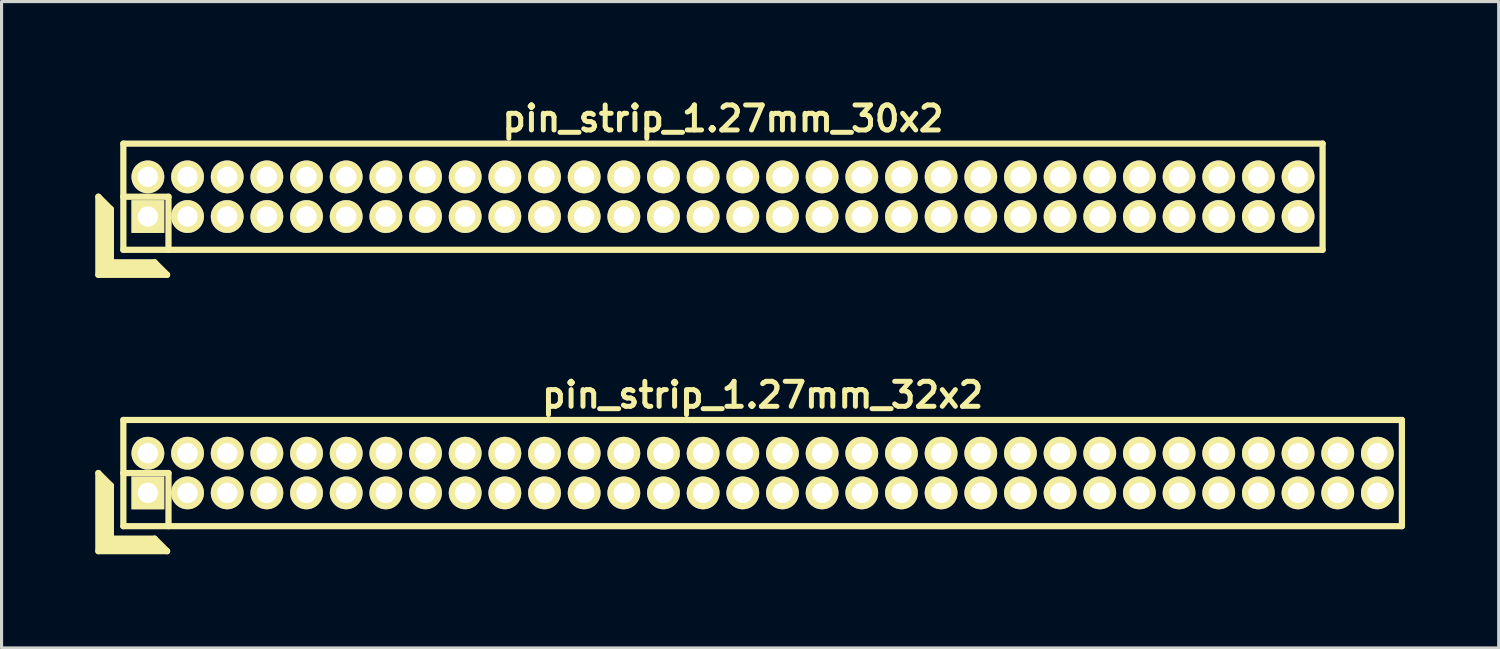
<source format=kicad_pcb>
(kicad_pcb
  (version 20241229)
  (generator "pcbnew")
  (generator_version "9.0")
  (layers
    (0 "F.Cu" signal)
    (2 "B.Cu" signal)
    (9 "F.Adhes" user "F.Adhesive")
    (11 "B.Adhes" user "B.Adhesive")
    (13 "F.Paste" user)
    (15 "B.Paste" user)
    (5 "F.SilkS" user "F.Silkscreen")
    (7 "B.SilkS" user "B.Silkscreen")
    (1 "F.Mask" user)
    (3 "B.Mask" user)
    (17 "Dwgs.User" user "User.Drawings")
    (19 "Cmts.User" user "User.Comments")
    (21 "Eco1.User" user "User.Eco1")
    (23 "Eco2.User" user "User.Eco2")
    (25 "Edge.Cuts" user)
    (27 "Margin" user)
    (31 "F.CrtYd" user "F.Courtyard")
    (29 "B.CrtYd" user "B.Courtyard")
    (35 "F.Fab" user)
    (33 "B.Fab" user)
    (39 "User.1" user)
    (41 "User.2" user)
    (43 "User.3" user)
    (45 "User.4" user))
  (footprint "pin_strip_1.27mm_30x2"
    (layer "F.Cu")
    (at 20.1 3.249)
    (property "Reference" "pin_strip_1.27mm_30x2" (at 0 -2.5 0) (layer "F.SilkS") (effects (font (size 0.8 0.8) (thickness 0.16))))
    (attr through_hole)
    (fp_line (start -20 0) (end -20 2.5) (stroke (width 0.2) (type solid)) (layer "F.SilkS"))
    (fp_line (start -20 0) (end -19.6 0.4) (stroke (width 0.2) (type solid)) (layer "F.SilkS"))
    (fp_line (start -20 2.5) (end -17.8 2.5) (stroke (width 0.2) (type solid)) (layer "F.SilkS"))
    (fp_line (start -19.9 2.4) (end -19.9 0.2) (stroke (width 0.2) (type solid)) (layer "F.SilkS"))
    (fp_line (start -19.9 2.4) (end -18 2.4) (stroke (width 0.2) (type solid)) (layer "F.SilkS"))
    (fp_line (start -19.8 2.3) (end -19.8 0.3) (stroke (width 0.2) (type solid)) (layer "F.SilkS"))
    (fp_line (start -19.8 2.3) (end -18.1 2.3) (stroke (width 0.2) (type solid)) (layer "F.SilkS"))
    (fp_line (start -19.7 2.2) (end -19.7 0.4) (stroke (width 0.2) (type solid)) (layer "F.SilkS"))
    (fp_line (start -19.7 2.2) (end -18.2 2.2) (stroke (width 0.2) (type solid)) (layer "F.SilkS"))
    (fp_line (start -19.6 2.1) (end -19.6 0.4) (stroke (width 0.2) (type solid)) (layer "F.SilkS"))
    (fp_line (start -19.6 2.1) (end -18.2 2.1) (stroke (width 0.2) (type solid)) (layer "F.SilkS"))
    (fp_line (start -19.205 0) (end -17.755 0) (stroke (width 0.2) (type solid)) (layer "F.SilkS"))
    (fp_line (start -19.2 -1.7) (end 19.2 -1.7) (stroke (width 0.2) (type solid)) (layer "F.SilkS"))
    (fp_line (start -19.2 1.7) (end -19.2 -1.7) (stroke (width 0.2) (type solid)) (layer "F.SilkS"))
    (fp_line (start -18.2 2.1) (end -17.8 2.5) (stroke (width 0.2) (type solid)) (layer "F.SilkS"))
    (fp_line (start -17.755 0) (end -17.755 1.7) (stroke (width 0.2) (type solid)) (layer "F.SilkS"))
    (fp_line (start 19.2 -1.7) (end 19.2 1.7) (stroke (width 0.2) (type solid)) (layer "F.SilkS"))
    (fp_line (start 19.2 1.7) (end -19.2 1.7) (stroke (width 0.2) (type solid)) (layer "F.SilkS"))
    (pad "1" thru_hole rect (at -18.415 0.635) (size 1.05 1.05) (drill 0.65) (layers "*.Cu" "*.Mask" "F.SilkS"))
    (pad "2" thru_hole oval (at -18.415 -0.635) (size 1.05 1.05) (drill 0.65) (layers "*.Cu" "*.Mask" "F.SilkS"))
    (pad "3" thru_hole oval (at -17.145 0.635) (size 1.05 1.05) (drill 0.65) (layers "*.Cu" "*.Mask" "F.SilkS"))
    (pad "4" thru_hole oval (at -17.145 -0.635) (size 1.05 1.05) (drill 0.65) (layers "*.Cu" "*.Mask" "F.SilkS"))
    (pad "5" thru_hole oval (at -15.875 0.635) (size 1.05 1.05) (drill 0.65) (layers "*.Cu" "*.Mask" "F.SilkS"))
    (pad "6" thru_hole oval (at -15.875 -0.635) (size 1.05 1.05) (drill 0.65) (layers "*.Cu" "*.Mask" "F.SilkS"))
    (pad "7" thru_hole oval (at -14.605 0.635) (size 1.05 1.05) (drill 0.65) (layers "*.Cu" "*.Mask" "F.SilkS"))
    (pad "8" thru_hole oval (at -14.605 -0.635) (size 1.05 1.05) (drill 0.65) (layers "*.Cu" "*.Mask" "F.SilkS"))
    (pad "9" thru_hole oval (at -13.335 0.635) (size 1.05 1.05) (drill 0.65) (layers "*.Cu" "*.Mask" "F.SilkS"))
    (pad "10" thru_hole oval (at -13.335 -0.635) (size 1.05 1.05) (drill 0.65) (layers "*.Cu" "*.Mask" "F.SilkS"))
    (pad "11" thru_hole oval (at -12.065 0.635) (size 1.05 1.05) (drill 0.65) (layers "*.Cu" "*.Mask" "F.SilkS"))
    (pad "12" thru_hole oval (at -12.065 -0.635) (size 1.05 1.05) (drill 0.65) (layers "*.Cu" "*.Mask" "F.SilkS"))
    (pad "13" thru_hole oval (at -10.795 0.635) (size 1.05 1.05) (drill 0.65) (layers "*.Cu" "*.Mask" "F.SilkS"))
    (pad "14" thru_hole oval (at -10.795 -0.635) (size 1.05 1.05) (drill 0.65) (layers "*.Cu" "*.Mask" "F.SilkS"))
    (pad "15" thru_hole oval (at -9.525 0.635) (size 1.05 1.05) (drill 0.65) (layers "*.Cu" "*.Mask" "F.SilkS"))
    (pad "16" thru_hole oval (at -9.525 -0.635) (size 1.05 1.05) (drill 0.65) (layers "*.Cu" "*.Mask" "F.SilkS"))
    (pad "17" thru_hole oval (at -8.255 0.635) (size 1.05 1.05) (drill 0.65) (layers "*.Cu" "*.Mask" "F.SilkS"))
    (pad "18" thru_hole oval (at -8.255 -0.635) (size 1.05 1.05) (drill 0.65) (layers "*.Cu" "*.Mask" "F.SilkS"))
    (pad "19" thru_hole oval (at -6.985 0.635) (size 1.05 1.05) (drill 0.65) (layers "*.Cu" "*.Mask" "F.SilkS"))
    (pad "20" thru_hole oval (at -6.985 -0.635) (size 1.05 1.05) (drill 0.65) (layers "*.Cu" "*.Mask" "F.SilkS"))
    (pad "21" thru_hole oval (at -5.715 0.635) (size 1.05 1.05) (drill 0.65) (layers "*.Cu" "*.Mask" "F.SilkS"))
    (pad "22" thru_hole oval (at -5.715 -0.635) (size 1.05 1.05) (drill 0.65) (layers "*.Cu" "*.Mask" "F.SilkS"))
    (pad "23" thru_hole oval (at -4.445 0.635) (size 1.05 1.05) (drill 0.65) (layers "*.Cu" "*.Mask" "F.SilkS"))
    (pad "24" thru_hole oval (at -4.445 -0.635) (size 1.05 1.05) (drill 0.65) (layers "*.Cu" "*.Mask" "F.SilkS"))
    (pad "25" thru_hole oval (at -3.175 0.635) (size 1.05 1.05) (drill 0.65) (layers "*.Cu" "*.Mask" "F.SilkS"))
    (pad "26" thru_hole oval (at -3.175 -0.635) (size 1.05 1.05) (drill 0.65) (layers "*.Cu" "*.Mask" "F.SilkS"))
    (pad "27" thru_hole oval (at -1.905 0.635) (size 1.05 1.05) (drill 0.65) (layers "*.Cu" "*.Mask" "F.SilkS"))
    (pad "28" thru_hole oval (at -1.905 -0.635) (size 1.05 1.05) (drill 0.65) (layers "*.Cu" "*.Mask" "F.SilkS"))
    (pad "29" thru_hole oval (at -0.635 0.635) (size 1.05 1.05) (drill 0.65) (layers "*.Cu" "*.Mask" "F.SilkS"))
    (pad "30" thru_hole oval (at -0.635 -0.635) (size 1.05 1.05) (drill 0.65) (layers "*.Cu" "*.Mask" "F.SilkS"))
    (pad "31" thru_hole oval (at 0.635 0.635) (size 1.05 1.05) (drill 0.65) (layers "*.Cu" "*.Mask" "F.SilkS"))
    (pad "32" thru_hole oval (at 0.635 -0.635) (size 1.05 1.05) (drill 0.65) (layers "*.Cu" "*.Mask" "F.SilkS"))
    (pad "33" thru_hole oval (at 1.905 0.635) (size 1.05 1.05) (drill 0.65) (layers "*.Cu" "*.Mask" "F.SilkS"))
    (pad "34" thru_hole oval (at 1.905 -0.635) (size 1.05 1.05) (drill 0.65) (layers "*.Cu" "*.Mask" "F.SilkS"))
    (pad "35" thru_hole oval (at 3.175 0.635) (size 1.05 1.05) (drill 0.65) (layers "*.Cu" "*.Mask" "F.SilkS"))
    (pad "36" thru_hole oval (at 3.175 -0.635) (size 1.05 1.05) (drill 0.65) (layers "*.Cu" "*.Mask" "F.SilkS"))
    (pad "37" thru_hole oval (at 4.445 0.635) (size 1.05 1.05) (drill 0.65) (layers "*.Cu" "*.Mask" "F.SilkS"))
    (pad "38" thru_hole oval (at 4.445 -0.635) (size 1.05 1.05) (drill 0.65) (layers "*.Cu" "*.Mask" "F.SilkS"))
    (pad "39" thru_hole oval (at 5.715 0.635) (size 1.05 1.05) (drill 0.65) (layers "*.Cu" "*.Mask" "F.SilkS"))
    (pad "40" thru_hole oval (at 5.715 -0.635) (size 1.05 1.05) (drill 0.65) (layers "*.Cu" "*.Mask" "F.SilkS"))
    (pad "41" thru_hole oval (at 6.985 0.635) (size 1.05 1.05) (drill 0.65) (layers "*.Cu" "*.Mask" "F.SilkS"))
    (pad "42" thru_hole oval (at 6.985 -0.635) (size 1.05 1.05) (drill 0.65) (layers "*.Cu" "*.Mask" "F.SilkS"))
    (pad "43" thru_hole oval (at 8.255 0.635) (size 1.05 1.05) (drill 0.65) (layers "*.Cu" "*.Mask" "F.SilkS"))
    (pad "44" thru_hole oval (at 8.255 -0.635) (size 1.05 1.05) (drill 0.65) (layers "*.Cu" "*.Mask" "F.SilkS"))
    (pad "45" thru_hole oval (at 9.525 0.635) (size 1.05 1.05) (drill 0.65) (layers "*.Cu" "*.Mask" "F.SilkS"))
    (pad "46" thru_hole oval (at 9.525 -0.635) (size 1.05 1.05) (drill 0.65) (layers "*.Cu" "*.Mask" "F.SilkS"))
    (pad "47" thru_hole oval (at 10.795 0.635) (size 1.05 1.05) (drill 0.65) (layers "*.Cu" "*.Mask" "F.SilkS"))
    (pad "48" thru_hole oval (at 10.795 -0.635) (size 1.05 1.05) (drill 0.65) (layers "*.Cu" "*.Mask" "F.SilkS"))
    (pad "49" thru_hole oval (at 12.065 0.635) (size 1.05 1.05) (drill 0.65) (layers "*.Cu" "*.Mask" "F.SilkS"))
    (pad "50" thru_hole oval (at 12.065 -0.635) (size 1.05 1.05) (drill 0.65) (layers "*.Cu" "*.Mask" "F.SilkS"))
    (pad "51" thru_hole circle (at 13.335 0.635) (size 1.05 1.05) (drill 0.65) (layers "*.Cu" "*.Mask" "F.SilkS"))
    (pad "52" thru_hole oval (at 13.335 -0.635) (size 1.05 1.05) (drill 0.65) (layers "*.Cu" "*.Mask" "F.SilkS"))
    (pad "53" thru_hole oval (at 14.605 0.635) (size 1.05 1.05) (drill 0.65) (layers "*.Cu" "*.Mask" "F.SilkS"))
    (pad "54" thru_hole oval (at 14.605 -0.635) (size 1.05 1.05) (drill 0.65) (layers "*.Cu" "*.Mask" "F.SilkS"))
    (pad "55" thru_hole oval (at 15.875 0.635) (size 1.05 1.05) (drill 0.65) (layers "*.Cu" "*.Mask" "F.SilkS"))
    (pad "56" thru_hole oval (at 15.875 -0.635) (size 1.05 1.05) (drill 0.65) (layers "*.Cu" "*.Mask" "F.SilkS"))
    (pad "57" thru_hole oval (at 17.145 0.635) (size 1.05 1.05) (drill 0.65) (layers "*.Cu" "*.Mask" "F.SilkS"))
    (pad "58" thru_hole oval (at 17.145 -0.635) (size 1.05 1.05) (drill 0.65) (layers "*.Cu" "*.Mask" "F.SilkS"))
    (pad "59" thru_hole oval (at 18.415 0.635) (size 1.05 1.05) (drill 0.65) (layers "*.Cu" "*.Mask" "F.SilkS"))
    (pad "60" thru_hole oval (at 18.415 -0.635) (size 1.05 1.05) (drill 0.65) (layers "*.Cu" "*.Mask" "F.SilkS")))
  (footprint "pin_strip_1.27mm_32x2"
    (layer "F.Cu")
    (at 21.37 12.098)
    (property "Reference" "pin_strip_1.27mm_32x2" (at 0 -2.5 0) (layer "F.SilkS") (effects (font (size 0.8 0.8) (thickness 0.16))))
    (attr through_hole)
    (fp_line (start -21.27 0) (end -21.27 2.5) (stroke (width 0.2) (type solid)) (layer "F.SilkS"))
    (fp_line (start -21.27 0) (end -20.87 0.4) (stroke (width 0.2) (type solid)) (layer "F.SilkS"))
    (fp_line (start -21.27 2.5) (end -19.07 2.5) (stroke (width 0.2) (type solid)) (layer "F.SilkS"))
    (fp_line (start -21.17 2.4) (end -21.17 0.2) (stroke (width 0.2) (type solid)) (layer "F.SilkS"))
    (fp_line (start -21.17 2.4) (end -19.27 2.4) (stroke (width 0.2) (type solid)) (layer "F.SilkS"))
    (fp_line (start -21.07 2.3) (end -21.07 0.3) (stroke (width 0.2) (type solid)) (layer "F.SilkS"))
    (fp_line (start -21.07 2.3) (end -19.37 2.3) (stroke (width 0.2) (type solid)) (layer "F.SilkS"))
    (fp_line (start -20.97 2.2) (end -20.97 0.4) (stroke (width 0.2) (type solid)) (layer "F.SilkS"))
    (fp_line (start -20.97 2.2) (end -19.47 2.2) (stroke (width 0.2) (type solid)) (layer "F.SilkS"))
    (fp_line (start -20.87 2.1) (end -20.87 0.4) (stroke (width 0.2) (type solid)) (layer "F.SilkS"))
    (fp_line (start -20.87 2.1) (end -19.47 2.1) (stroke (width 0.2) (type solid)) (layer "F.SilkS"))
    (fp_line (start -20.475 0) (end -19.025 0) (stroke (width 0.2) (type solid)) (layer "F.SilkS"))
    (fp_line (start -20.47 -1.7) (end 20.47 -1.7) (stroke (width 0.2) (type solid)) (layer "F.SilkS"))
    (fp_line (start -20.47 1.7) (end -20.47 -1.7) (stroke (width 0.2) (type solid)) (layer "F.SilkS"))
    (fp_line (start -19.47 2.1) (end -19.07 2.5) (stroke (width 0.2) (type solid)) (layer "F.SilkS"))
    (fp_line (start -19.025 0) (end -19.025 1.7) (stroke (width 0.2) (type solid)) (layer "F.SilkS"))
    (fp_line (start 20.47 -1.7) (end 20.47 1.7) (stroke (width 0.2) (type solid)) (layer "F.SilkS"))
    (fp_line (start 20.47 1.7) (end -20.47 1.7) (stroke (width 0.2) (type solid)) (layer "F.SilkS"))
    (pad "1" thru_hole rect (at -19.685 0.635) (size 1.05 1.05) (drill 0.65) (layers "*.Cu" "*.Mask" "F.SilkS"))
    (pad "2" thru_hole oval (at -19.685 -0.635) (size 1.05 1.05) (drill 0.65) (layers "*.Cu" "*.Mask" "F.SilkS"))
    (pad "3" thru_hole oval (at -18.415 0.635) (size 1.05 1.05) (drill 0.65) (layers "*.Cu" "*.Mask" "F.SilkS"))
    (pad "4" thru_hole oval (at -18.415 -0.635) (size 1.05 1.05) (drill 0.65) (layers "*.Cu" "*.Mask" "F.SilkS"))
    (pad "5" thru_hole oval (at -17.145 0.635) (size 1.05 1.05) (drill 0.65) (layers "*.Cu" "*.Mask" "F.SilkS"))
    (pad "6" thru_hole oval (at -17.145 -0.635) (size 1.05 1.05) (drill 0.65) (layers "*.Cu" "*.Mask" "F.SilkS"))
    (pad "7" thru_hole oval (at -15.875 0.635) (size 1.05 1.05) (drill 0.65) (layers "*.Cu" "*.Mask" "F.SilkS"))
    (pad "8" thru_hole oval (at -15.875 -0.635) (size 1.05 1.05) (drill 0.65) (layers "*.Cu" "*.Mask" "F.SilkS"))
    (pad "9" thru_hole oval (at -14.605 0.635) (size 1.05 1.05) (drill 0.65) (layers "*.Cu" "*.Mask" "F.SilkS"))
    (pad "10" thru_hole oval (at -14.605 -0.635) (size 1.05 1.05) (drill 0.65) (layers "*.Cu" "*.Mask" "F.SilkS"))
    (pad "11" thru_hole oval (at -13.335 0.635) (size 1.05 1.05) (drill 0.65) (layers "*.Cu" "*.Mask" "F.SilkS"))
    (pad "12" thru_hole oval (at -13.335 -0.635) (size 1.05 1.05) (drill 0.65) (layers "*.Cu" "*.Mask" "F.SilkS"))
    (pad "13" thru_hole oval (at -12.065 0.635) (size 1.05 1.05) (drill 0.65) (layers "*.Cu" "*.Mask" "F.SilkS"))
    (pad "14" thru_hole oval (at -12.065 -0.635) (size 1.05 1.05) (drill 0.65) (layers "*.Cu" "*.Mask" "F.SilkS"))
    (pad "15" thru_hole oval (at -10.795 0.635) (size 1.05 1.05) (drill 0.65) (layers "*.Cu" "*.Mask" "F.SilkS"))
    (pad "16" thru_hole oval (at -10.795 -0.635) (size 1.05 1.05) (drill 0.65) (layers "*.Cu" "*.Mask" "F.SilkS"))
    (pad "17" thru_hole oval (at -9.525 0.635) (size 1.05 1.05) (drill 0.65) (layers "*.Cu" "*.Mask" "F.SilkS"))
    (pad "18" thru_hole oval (at -9.525 -0.635) (size 1.05 1.05) (drill 0.65) (layers "*.Cu" "*.Mask" "F.SilkS"))
    (pad "19" thru_hole oval (at -8.255 0.635) (size 1.05 1.05) (drill 0.65) (layers "*.Cu" "*.Mask" "F.SilkS"))
    (pad "20" thru_hole oval (at -8.255 -0.635) (size 1.05 1.05) (drill 0.65) (layers "*.Cu" "*.Mask" "F.SilkS"))
    (pad "21" thru_hole oval (at -6.985 0.635) (size 1.05 1.05) (drill 0.65) (layers "*.Cu" "*.Mask" "F.SilkS"))
    (pad "22" thru_hole oval (at -6.985 -0.635) (size 1.05 1.05) (drill 0.65) (layers "*.Cu" "*.Mask" "F.SilkS"))
    (pad "23" thru_hole oval (at -5.715 0.635) (size 1.05 1.05) (drill 0.65) (layers "*.Cu" "*.Mask" "F.SilkS"))
    (pad "24" thru_hole oval (at -5.715 -0.635) (size 1.05 1.05) (drill 0.65) (layers "*.Cu" "*.Mask" "F.SilkS"))
    (pad "25" thru_hole oval (at -4.445 0.635) (size 1.05 1.05) (drill 0.65) (layers "*.Cu" "*.Mask" "F.SilkS"))
    (pad "26" thru_hole oval (at -4.445 -0.635) (size 1.05 1.05) (drill 0.65) (layers "*.Cu" "*.Mask" "F.SilkS"))
    (pad "27" thru_hole oval (at -3.175 0.635) (size 1.05 1.05) (drill 0.65) (layers "*.Cu" "*.Mask" "F.SilkS"))
    (pad "28" thru_hole oval (at -3.175 -0.635) (size 1.05 1.05) (drill 0.65) (layers "*.Cu" "*.Mask" "F.SilkS"))
    (pad "29" thru_hole oval (at -1.905 0.635) (size 1.05 1.05) (drill 0.65) (layers "*.Cu" "*.Mask" "F.SilkS"))
    (pad "30" thru_hole oval (at -1.905 -0.635) (size 1.05 1.05) (drill 0.65) (layers "*.Cu" "*.Mask" "F.SilkS"))
    (pad "31" thru_hole oval (at -0.635 0.635) (size 1.05 1.05) (drill 0.65) (layers "*.Cu" "*.Mask" "F.SilkS"))
    (pad "32" thru_hole oval (at -0.635 -0.635) (size 1.05 1.05) (drill 0.65) (layers "*.Cu" "*.Mask" "F.SilkS"))
    (pad "33" thru_hole oval (at 0.635 0.635) (size 1.05 1.05) (drill 0.65) (layers "*.Cu" "*.Mask" "F.SilkS"))
    (pad "34" thru_hole oval (at 0.635 -0.635) (size 1.05 1.05) (drill 0.65) (layers "*.Cu" "*.Mask" "F.SilkS"))
    (pad "35" thru_hole oval (at 1.905 0.635) (size 1.05 1.05) (drill 0.65) (layers "*.Cu" "*.Mask" "F.SilkS"))
    (pad "36" thru_hole oval (at 1.905 -0.635) (size 1.05 1.05) (drill 0.65) (layers "*.Cu" "*.Mask" "F.SilkS"))
    (pad "37" thru_hole oval (at 3.175 0.635) (size 1.05 1.05) (drill 0.65) (layers "*.Cu" "*.Mask" "F.SilkS"))
    (pad "38" thru_hole oval (at 3.175 -0.635) (size 1.05 1.05) (drill 0.65) (layers "*.Cu" "*.Mask" "F.SilkS"))
    (pad "39" thru_hole oval (at 4.445 0.635) (size 1.05 1.05) (drill 0.65) (layers "*.Cu" "*.Mask" "F.SilkS"))
    (pad "40" thru_hole oval (at 4.445 -0.635) (size 1.05 1.05) (drill 0.65) (layers "*.Cu" "*.Mask" "F.SilkS"))
    (pad "41" thru_hole oval (at 5.715 0.635) (size 1.05 1.05) (drill 0.65) (layers "*.Cu" "*.Mask" "F.SilkS"))
    (pad "42" thru_hole oval (at 5.715 -0.635) (size 1.05 1.05) (drill 0.65) (layers "*.Cu" "*.Mask" "F.SilkS"))
    (pad "43" thru_hole oval (at 6.985 0.635) (size 1.05 1.05) (drill 0.65) (layers "*.Cu" "*.Mask" "F.SilkS"))
    (pad "44" thru_hole oval (at 6.985 -0.635) (size 1.05 1.05) (drill 0.65) (layers "*.Cu" "*.Mask" "F.SilkS"))
    (pad "45" thru_hole oval (at 8.255 0.635) (size 1.05 1.05) (drill 0.65) (layers "*.Cu" "*.Mask" "F.SilkS"))
    (pad "46" thru_hole oval (at 8.255 -0.635) (size 1.05 1.05) (drill 0.65) (layers "*.Cu" "*.Mask" "F.SilkS"))
    (pad "47" thru_hole oval (at 9.525 0.635) (size 1.05 1.05) (drill 0.65) (layers "*.Cu" "*.Mask" "F.SilkS"))
    (pad "48" thru_hole oval (at 9.525 -0.635) (size 1.05 1.05) (drill 0.65) (layers "*.Cu" "*.Mask" "F.SilkS"))
    (pad "49" thru_hole oval (at 10.795 0.635) (size 1.05 1.05) (drill 0.65) (layers "*.Cu" "*.Mask" "F.SilkS"))
    (pad "50" thru_hole oval (at 10.795 -0.635) (size 1.05 1.05) (drill 0.65) (layers "*.Cu" "*.Mask" "F.SilkS"))
    (pad "51" thru_hole circle (at 12.065 0.635) (size 1.05 1.05) (drill 0.65) (layers "*.Cu" "*.Mask" "F.SilkS"))
    (pad "52" thru_hole oval (at 12.065 -0.635) (size 1.05 1.05) (drill 0.65) (layers "*.Cu" "*.Mask" "F.SilkS"))
    (pad "53" thru_hole oval (at 13.335 0.635) (size 1.05 1.05) (drill 0.65) (layers "*.Cu" "*.Mask" "F.SilkS"))
    (pad "54" thru_hole oval (at 13.335 -0.635) (size 1.05 1.05) (drill 0.65) (layers "*.Cu" "*.Mask" "F.SilkS"))
    (pad "55" thru_hole oval (at 14.605 0.635) (size 1.05 1.05) (drill 0.65) (layers "*.Cu" "*.Mask" "F.SilkS"))
    (pad "56" thru_hole oval (at 14.605 -0.635) (size 1.05 1.05) (drill 0.65) (layers "*.Cu" "*.Mask" "F.SilkS"))
    (pad "57" thru_hole oval (at 15.875 0.635) (size 1.05 1.05) (drill 0.65) (layers "*.Cu" "*.Mask" "F.SilkS"))
    (pad "58" thru_hole oval (at 15.875 -0.635) (size 1.05 1.05) (drill 0.65) (layers "*.Cu" "*.Mask" "F.SilkS"))
    (pad "59" thru_hole oval (at 17.145 0.635) (size 1.05 1.05) (drill 0.65) (layers "*.Cu" "*.Mask" "F.SilkS"))
    (pad "60" thru_hole oval (at 17.145 -0.635) (size 1.05 1.05) (drill 0.65) (layers "*.Cu" "*.Mask" "F.SilkS"))
    (pad "61" thru_hole oval (at 18.415 0.635) (size 1.05 1.05) (drill 0.65) (layers "*.Cu" "*.Mask" "F.SilkS"))
    (pad "62" thru_hole oval (at 18.415 -0.635) (size 1.05 1.05) (drill 0.65) (layers "*.Cu" "*.Mask" "F.SilkS"))
    (pad "63" thru_hole oval (at 19.685 0.635) (size 1.05 1.05) (drill 0.65) (layers "*.Cu" "*.Mask" "F.SilkS"))
    (pad "64" thru_hole oval (at 19.685 -0.635) (size 1.05 1.05) (drill 0.65) (layers "*.Cu" "*.Mask" "F.SilkS")))
  (gr_rect
    (start -3 -3)
    (end 44.94 17.698)
    (stroke (width 0.1) (type default))
    (fill no)
    (layer "Edge.Cuts")))
</source>
